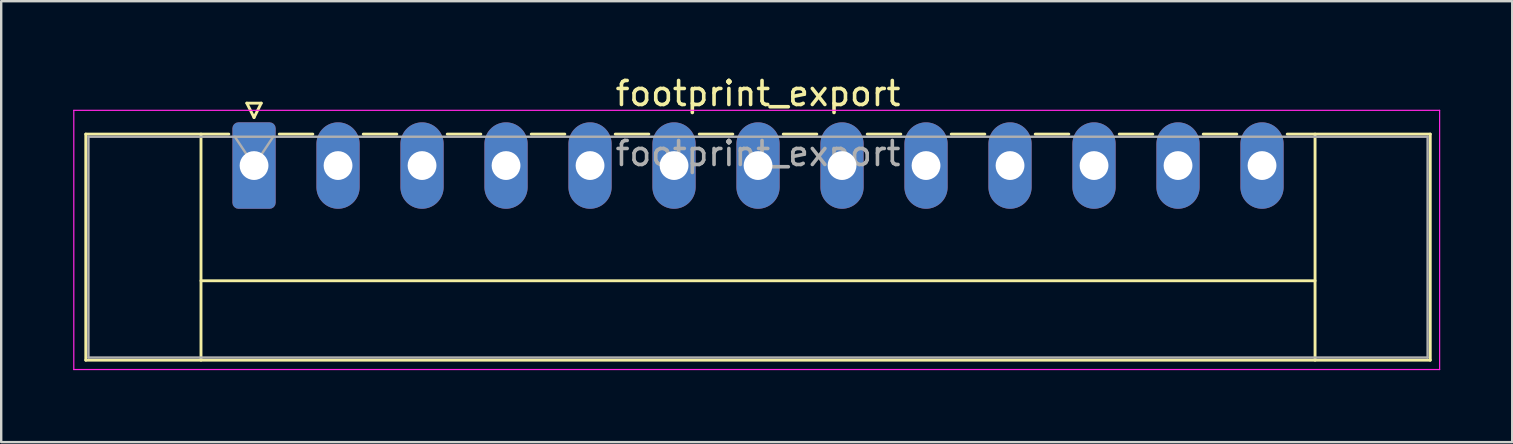
<source format=kicad_pcb>
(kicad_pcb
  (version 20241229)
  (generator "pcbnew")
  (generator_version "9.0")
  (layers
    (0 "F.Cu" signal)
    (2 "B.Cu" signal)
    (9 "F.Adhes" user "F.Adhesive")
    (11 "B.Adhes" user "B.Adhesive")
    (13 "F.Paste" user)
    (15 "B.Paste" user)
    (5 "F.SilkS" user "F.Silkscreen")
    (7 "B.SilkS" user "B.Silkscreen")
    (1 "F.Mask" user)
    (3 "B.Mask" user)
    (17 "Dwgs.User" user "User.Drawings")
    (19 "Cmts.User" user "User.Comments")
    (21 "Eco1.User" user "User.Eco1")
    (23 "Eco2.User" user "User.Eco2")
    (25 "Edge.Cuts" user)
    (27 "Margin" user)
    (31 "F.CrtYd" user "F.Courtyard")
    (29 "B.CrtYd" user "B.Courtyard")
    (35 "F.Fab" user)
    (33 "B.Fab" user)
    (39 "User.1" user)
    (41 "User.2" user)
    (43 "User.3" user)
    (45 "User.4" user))
  (footprint "footprint_export"
    (layer "F.Cu")
    (at 7.535 3.848)
    (property "Reference" "footprint_export" (at 21 -3 0) (layer "F.SilkS") (effects (font (size 1 1) (thickness 0.15))))
    (attr through_hole)
    (fp_line (start -7.01 -1.31) (end -7.01 8.11) (stroke (width 0.12) (type solid)) (layer "F.SilkS"))
    (fp_line (start -7.01 -1.31) (end -1.05 -1.31) (stroke (width 0.12) (type solid)) (layer "F.SilkS"))
    (fp_line (start -7.01 8.11) (end 49.01 8.11) (stroke (width 0.12) (type solid)) (layer "F.SilkS"))
    (fp_line (start -2.21 -1.31) (end -2.21 8.11) (stroke (width 0.12) (type solid)) (layer "F.SilkS"))
    (fp_line (start -2.21 4.8) (end 44.21 4.8) (stroke (width 0.12) (type solid)) (layer "F.SilkS"))
    (fp_line (start -0.3 -2.6) (end 0.3 -2.6) (stroke (width 0.12) (type solid)) (layer "F.SilkS"))
    (fp_line (start 0 -2) (end -0.3 -2.6) (stroke (width 0.12) (type solid)) (layer "F.SilkS"))
    (fp_line (start 0.3 -2.6) (end 0 -2) (stroke (width 0.12) (type solid)) (layer "F.SilkS"))
    (fp_line (start 1.05 -1.31) (end 2.45 -1.31) (stroke (width 0.12) (type solid)) (layer "F.SilkS"))
    (fp_line (start 4.55 -1.31) (end 5.95 -1.31) (stroke (width 0.12) (type solid)) (layer "F.SilkS"))
    (fp_line (start 8.05 -1.31) (end 9.45 -1.31) (stroke (width 0.12) (type solid)) (layer "F.SilkS"))
    (fp_line (start 11.55 -1.31) (end 12.95 -1.31) (stroke (width 0.12) (type solid)) (layer "F.SilkS"))
    (fp_line (start 15.05 -1.31) (end 16.45 -1.31) (stroke (width 0.12) (type solid)) (layer "F.SilkS"))
    (fp_line (start 18.55 -1.31) (end 19.95 -1.31) (stroke (width 0.12) (type solid)) (layer "F.SilkS"))
    (fp_line (start 22.05 -1.31) (end 23.45 -1.31) (stroke (width 0.12) (type solid)) (layer "F.SilkS"))
    (fp_line (start 25.55 -1.31) (end 26.95 -1.31) (stroke (width 0.12) (type solid)) (layer "F.SilkS"))
    (fp_line (start 29.05 -1.31) (end 30.45 -1.31) (stroke (width 0.12) (type solid)) (layer "F.SilkS"))
    (fp_line (start 32.55 -1.31) (end 33.95 -1.31) (stroke (width 0.12) (type solid)) (layer "F.SilkS"))
    (fp_line (start 36.05 -1.31) (end 37.45 -1.31) (stroke (width 0.12) (type solid)) (layer "F.SilkS"))
    (fp_line (start 39.55 -1.31) (end 40.95 -1.31) (stroke (width 0.12) (type solid)) (layer "F.SilkS"))
    (fp_line (start 44.21 -1.31) (end 44.21 8.11) (stroke (width 0.12) (type solid)) (layer "F.SilkS"))
    (fp_line (start 49.01 -1.31) (end 43.05 -1.31) (stroke (width 0.12) (type solid)) (layer "F.SilkS"))
    (fp_line (start 49.01 8.11) (end 49.01 -1.31) (stroke (width 0.12) (type solid)) (layer "F.SilkS"))
    (fp_line (start -7.51 -2.3) (end -7.51 8.5) (stroke (width 0.05) (type solid)) (layer "F.CrtYd"))
    (fp_line (start -7.51 8.5) (end 49.4 8.5) (stroke (width 0.05) (type solid)) (layer "F.CrtYd"))
    (fp_line (start 49.4 -2.3) (end -7.51 -2.3) (stroke (width 0.05) (type solid)) (layer "F.CrtYd"))
    (fp_line (start 49.4 8.5) (end 49.4 -2.3) (stroke (width 0.05) (type solid)) (layer "F.CrtYd"))
    (fp_line (start -6.9 -1.2) (end -6.9 8) (stroke (width 0.1) (type solid)) (layer "F.Fab"))
    (fp_line (start -6.9 8) (end 48.9 8) (stroke (width 0.1) (type solid)) (layer "F.Fab"))
    (fp_line (start 0 0) (end -0.8 -1.2) (stroke (width 0.1) (type solid)) (layer "F.Fab"))
    (fp_line (start 0.8 -1.2) (end 0 0) (stroke (width 0.1) (type solid)) (layer "F.Fab"))
    (fp_line (start 48.9 -1.2) (end -6.9 -1.2) (stroke (width 0.1) (type solid)) (layer "F.Fab"))
    (fp_line (start 48.9 8) (end 48.9 -1.2) (stroke (width 0.1) (type solid)) (layer "F.Fab"))
    (fp_text user "${REFERENCE}" (at 21 -0.5 0) (layer "F.Fab") (effects (font (size 1 1) (thickness 0.15))))
    (pad "1" thru_hole roundrect (at 0 0) (size 1.8 3.6) (drill 1.2) (layers "*.Cu" "*.Mask") (roundrect_rratio 0.139))
    (pad "2" thru_hole oval (at 3.5 0) (size 1.8 3.6) (drill 1.2) (layers "*.Cu" "*.Mask"))
    (pad "3" thru_hole oval (at 7 0) (size 1.8 3.6) (drill 1.2) (layers "*.Cu" "*.Mask"))
    (pad "4" thru_hole oval (at 10.5 0) (size 1.8 3.6) (drill 1.2) (layers "*.Cu" "*.Mask"))
    (pad "5" thru_hole oval (at 14 0) (size 1.8 3.6) (drill 1.2) (layers "*.Cu" "*.Mask"))
    (pad "6" thru_hole oval (at 17.5 0) (size 1.8 3.6) (drill 1.2) (layers "*.Cu" "*.Mask"))
    (pad "7" thru_hole oval (at 21 0) (size 1.8 3.6) (drill 1.2) (layers "*.Cu" "*.Mask"))
    (pad "8" thru_hole oval (at 24.5 0) (size 1.8 3.6) (drill 1.2) (layers "*.Cu" "*.Mask"))
    (pad "9" thru_hole oval (at 28 0) (size 1.8 3.6) (drill 1.2) (layers "*.Cu" "*.Mask"))
    (pad "10" thru_hole oval (at 31.5 0) (size 1.8 3.6) (drill 1.2) (layers "*.Cu" "*.Mask"))
    (pad "11" thru_hole oval (at 35 0) (size 1.8 3.6) (drill 1.2) (layers "*.Cu" "*.Mask"))
    (pad "12" thru_hole oval (at 38.5 0) (size 1.8 3.6) (drill 1.2) (layers "*.Cu" "*.Mask"))
    (pad "13" thru_hole oval (at 42 0) (size 1.8 3.6) (drill 1.2) (layers "*.Cu" "*.Mask")))
  (gr_rect
    (start -3 -3)
    (end 59.96 15.373)
    (stroke (width 0.1) (type default))
    (fill no)
    (layer "Edge.Cuts")))
</source>
